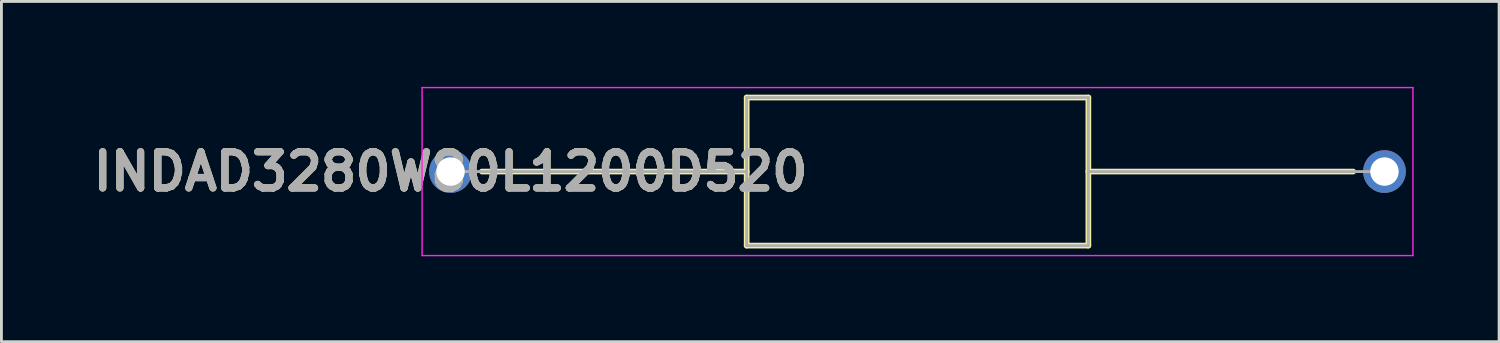
<source format=kicad_pcb>
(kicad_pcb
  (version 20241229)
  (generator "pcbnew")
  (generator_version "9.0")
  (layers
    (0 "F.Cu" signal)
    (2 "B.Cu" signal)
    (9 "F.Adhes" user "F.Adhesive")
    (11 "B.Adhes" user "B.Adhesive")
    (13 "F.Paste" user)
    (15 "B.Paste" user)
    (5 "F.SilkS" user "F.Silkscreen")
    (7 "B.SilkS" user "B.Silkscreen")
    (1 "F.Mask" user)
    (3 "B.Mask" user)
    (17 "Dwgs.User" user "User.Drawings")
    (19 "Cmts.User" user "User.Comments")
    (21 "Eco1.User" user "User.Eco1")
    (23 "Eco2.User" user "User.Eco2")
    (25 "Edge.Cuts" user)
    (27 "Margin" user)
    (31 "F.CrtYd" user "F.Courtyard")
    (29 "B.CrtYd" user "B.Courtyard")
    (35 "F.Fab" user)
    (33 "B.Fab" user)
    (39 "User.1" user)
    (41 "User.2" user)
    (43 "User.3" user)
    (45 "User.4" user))
  (footprint "INDAD3280W80L1200D520"
    (layer "F.Cu")
    (at 12.773 2.975)
    (property "Reference" "INDAD3280W80L1200D520" (at 0 0 0) (layer "F.SilkS") (effects (font (size 1.27 1.27) (thickness 0.254))))
    (attr through_hole)
    (fp_line (start 1.1 0) (end 10.4 0) (stroke (width 0.2) (type solid)) (layer "F.SilkS"))
    (fp_line (start 10.4 -2.6) (end 22.4 -2.6) (stroke (width 0.2) (type solid)) (layer "F.SilkS"))
    (fp_line (start 10.4 2.6) (end 10.4 -2.6) (stroke (width 0.2) (type solid)) (layer "F.SilkS"))
    (fp_line (start 22.4 -2.6) (end 22.4 2.6) (stroke (width 0.2) (type solid)) (layer "F.SilkS"))
    (fp_line (start 22.4 0) (end 31.7 0) (stroke (width 0.2) (type solid)) (layer "F.SilkS"))
    (fp_line (start 22.4 2.6) (end 10.4 2.6) (stroke (width 0.2) (type solid)) (layer "F.SilkS"))
    (fp_line (start -1 -2.95) (end 33.8 -2.95) (stroke (width 0.05) (type solid)) (layer "F.CrtYd"))
    (fp_line (start -1 2.95) (end -1 -2.95) (stroke (width 0.05) (type solid)) (layer "F.CrtYd"))
    (fp_line (start 33.8 -2.95) (end 33.8 2.95) (stroke (width 0.05) (type solid)) (layer "F.CrtYd"))
    (fp_line (start 33.8 2.95) (end -1 2.95) (stroke (width 0.05) (type solid)) (layer "F.CrtYd"))
    (fp_line (start 0 0) (end 10.4 0) (stroke (width 0.1) (type solid)) (layer "F.Fab"))
    (fp_line (start 10.4 -2.6) (end 22.4 -2.6) (stroke (width 0.1) (type solid)) (layer "F.Fab"))
    (fp_line (start 10.4 2.6) (end 10.4 -2.6) (stroke (width 0.1) (type solid)) (layer "F.Fab"))
    (fp_line (start 22.4 -2.6) (end 22.4 2.6) (stroke (width 0.1) (type solid)) (layer "F.Fab"))
    (fp_line (start 22.4 0) (end 32.8 0) (stroke (width 0.1) (type solid)) (layer "F.Fab"))
    (fp_line (start 22.4 2.6) (end 10.4 2.6) (stroke (width 0.1) (type solid)) (layer "F.Fab"))
    (fp_text user "${REFERENCE}" (at 0 0 0) (layer "F.Fab") (effects (font (size 1.27 1.27) (thickness 0.254))))
    (pad "1" thru_hole circle (at 0 0) (size 1.5 1.5) (drill 1) (layers "*.Cu" "*.Mask"))
    (pad "2" thru_hole circle (at 32.8 0) (size 1.5 1.5) (drill 1) (layers "*.Cu" "*.Mask")))
  (gr_rect
    (start -3 -3)
    (end 49.598 8.95)
    (stroke (width 0.1) (type default))
    (fill no)
    (layer "Edge.Cuts")))
</source>
